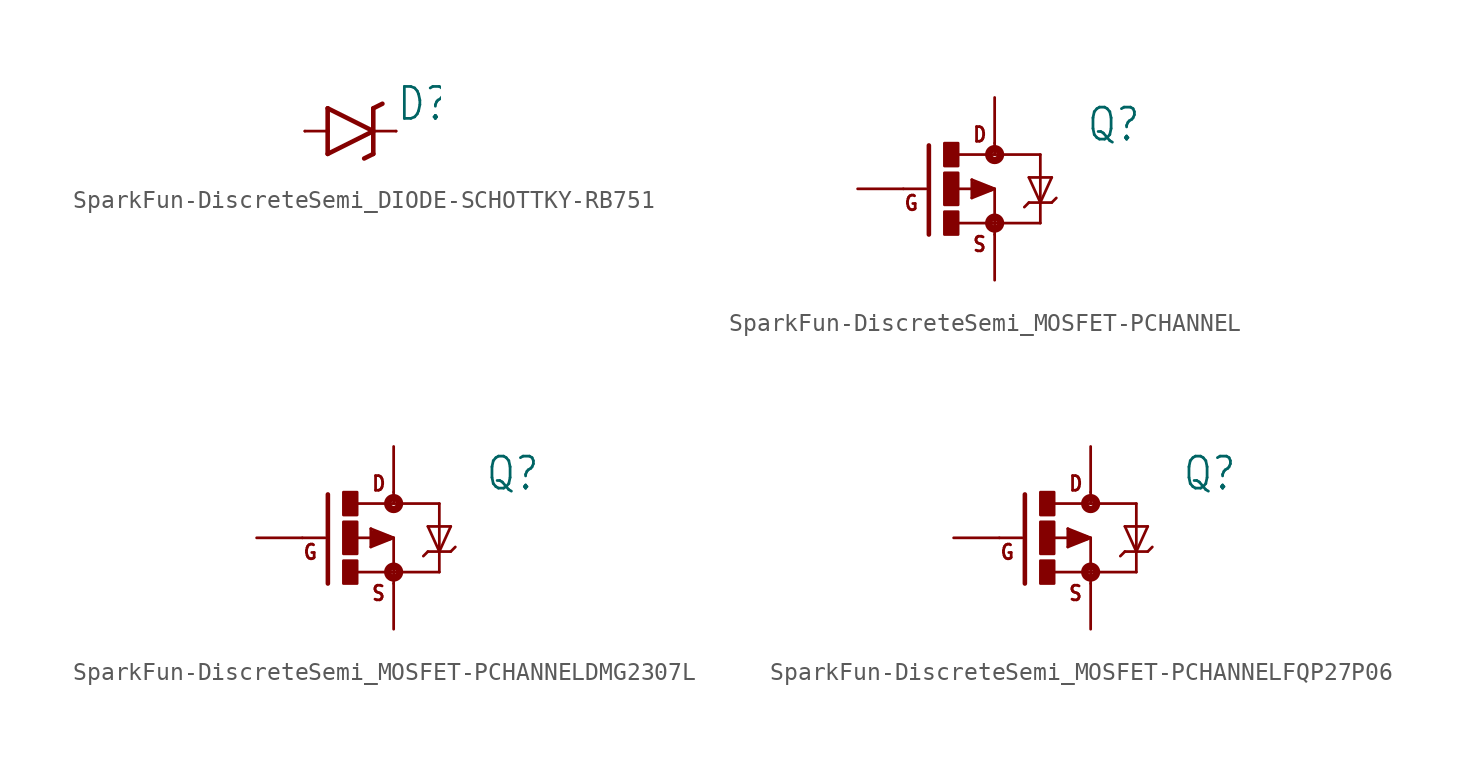
<source format=kicad_sym>
(kicad_symbol_lib
  (version 20241209)
  (generator "kicad_symbol_editor")
  (generator_version "9.0")
  (symbol "SparkFun-DiscreteSemi_DIODE-SCHOTTKY-RB751"
    (property "Reference" "D"
      (at 2.54 0.483 0)
      (effects (font (size 1.778 1.511)) (justify left bottom)))
    (property "Value" ""
      (at 2.54 -2.311 0)
      (effects (font (size 1.778 1.511)) (justify left bottom)))
    (property "ki_locked" ""
      (at 0 0 0)
      (effects (font (size 1.27 1.27))))
    (symbol "SparkFun-DiscreteSemi_DIODE-SCHOTTKY-RB751_1_0"
      (polyline (pts (xy -2.54 0) (xy -1.27 0)) (stroke (width 0.152) (type solid)) (fill (type none)))
      (polyline (pts (xy -1.27 1.27) (xy -1.27 0)) (stroke (width 0.254) (type solid)) (fill (type none)))
      (polyline (pts (xy -1.27 0) (xy -1.27 -1.27)) (stroke (width 0.254) (type solid)) (fill (type none)))
      (polyline (pts (xy -1.27 -1.27) (xy 1.27 0)) (stroke (width 0.254) (type solid)) (fill (type none)))
      (polyline (pts (xy 1.27 1.27) (xy 1.27 0)) (stroke (width 0.254) (type solid)) (fill (type none)))
      (polyline (pts (xy 1.27 1.27) (xy 1.778 1.524)) (stroke (width 0.254) (type solid)) (fill (type none)))
      (polyline (pts (xy 1.27 0) (xy -1.27 1.27)) (stroke (width 0.254) (type solid)) (fill (type none)))
      (polyline (pts (xy 1.27 0) (xy 1.27 -1.27)) (stroke (width 0.254) (type solid)) (fill (type none)))
      (polyline (pts (xy 1.27 -1.27) (xy 0.762 -1.524)) (stroke (width 0.254) (type solid)) (fill (type none)))
      (polyline (pts (xy 2.54 0) (xy 1.27 0)) (stroke (width 0.152) (type solid)) (fill (type none)))
      (pin passive line (at -2.54 0 0) (length 0) (name "A" (effects (font (size 0 0)))) (number "A" (effects (font (size 0 0)))))
      (pin passive line (at 2.54 0 180) (length 0) (name "C" (effects (font (size 0 0)))) (number "C" (effects (font (size 0 0)))))))
  (symbol "SparkFun-DiscreteSemi_MOSFET-PCHANNEL"
    (property "Reference" "Q"
      (at 5.08 2.54 0)
      (effects (font (size 1.778 1.511)) (justify left bottom)))
    (property "Value" ""
      (at 5.08 0 0)
      (effects (font (size 1.778 1.511)) (justify left bottom)))
    (property "ki_locked" ""
      (at 0 0 0)
      (effects (font (size 1.27 1.27))))
    (symbol "SparkFun-DiscreteSemi_MOSFET-PCHANNEL_1_0"
      (polyline (pts (xy -3.81 0) (xy -5.08 0)) (stroke (width 0.152) (type solid)) (fill (type none)))
      (polyline (pts (xy -3.658 2.413) (xy -3.658 -2.54)) (stroke (width 0.254) (type solid)) (fill (type none)))
      (rectangle (start -2.794 1.27) (end -2.032 2.54) (stroke (width 0) (type default)) (fill (type outline)))
      (rectangle (start -2.794 -0.889) (end -2.032 0.889) (stroke (width 0) (type default)) (fill (type outline)))
      (rectangle (start -2.794 -2.54) (end -2.032 -1.27) (stroke (width 0) (type default)) (fill (type outline)))
      (polyline (pts (xy -2.032 -1.905) (xy 0 -1.905)) (stroke (width 0.152) (type solid)) (fill (type none)))
      (polyline (pts (xy -1.27 0.508) (xy -1.27 -0.508)) (stroke (width 0.152) (type solid)) (fill (type none)))
      (polyline (pts (xy -1.27 -0.508) (xy 0 0)) (stroke (width 0.152) (type solid)) (fill (type none)))
      (polyline (pts (xy -1.143 0.254) (xy -1.143 0)) (stroke (width 0.305) (type solid)) (fill (type none)))
      (polyline (pts (xy -1.143 0) (xy -2.032 0)) (stroke (width 0.152) (type solid)) (fill (type none)))
      (polyline (pts (xy -1.143 0) (xy -0.889 0)) (stroke (width 0.305) (type solid)) (fill (type none)))
      (polyline (pts (xy -1.143 -0.254) (xy -0.254 0)) (stroke (width 0.305) (type solid)) (fill (type none)))
      (polyline (pts (xy -0.254 0) (xy -1.143 0.254)) (stroke (width 0.305) (type solid)) (fill (type none)))
      (polyline (pts (xy 0 2.54) (xy 0 1.905)) (stroke (width 0.152) (type solid)) (fill (type none)))
      (circle (center 0 1.905) (radius 0.127) (stroke (width 0.406) (type solid)) (fill (type none)))
      (polyline (pts (xy 0 1.905) (xy -2.007 1.905)) (stroke (width 0.152) (type solid)) (fill (type none)))
      (polyline (pts (xy 0 1.905) (xy 2.54 1.905)) (stroke (width 0.152) (type solid)) (fill (type none)))
      (polyline (pts (xy 0 0) (xy -1.27 0.508)) (stroke (width 0.152) (type solid)) (fill (type none)))
      (polyline (pts (xy 0 0) (xy 0 -1.905)) (stroke (width 0.152) (type solid)) (fill (type none)))
      (polyline (pts (xy 0 -1.905) (xy 0 -2.54)) (stroke (width 0.152) (type solid)) (fill (type none)))
      (circle (center 0 -1.905) (radius 0.127) (stroke (width 0.406) (type solid)) (fill (type none)))
      (polyline (pts (xy 1.905 0.635) (xy 2.54 -0.762)) (stroke (width 0.152) (type solid)) (fill (type none)))
      (polyline (pts (xy 1.905 -0.762) (xy 1.651 -1.016)) (stroke (width 0.152) (type solid)) (fill (type none)))
      (polyline (pts (xy 2.54 -0.762) (xy 1.905 -0.762)) (stroke (width 0.152) (type solid)) (fill (type none)))
      (polyline (pts (xy 2.54 -0.762) (xy 2.54 1.905)) (stroke (width 0.152) (type solid)) (fill (type none)))
      (polyline (pts (xy 2.54 -0.762) (xy 3.175 0.635)) (stroke (width 0.152) (type solid)) (fill (type none)))
      (polyline (pts (xy 2.54 -1.905) (xy 0 -1.905)) (stroke (width 0.152) (type solid)) (fill (type none)))
      (polyline (pts (xy 2.54 -1.905) (xy 2.54 -0.762)) (stroke (width 0.152) (type solid)) (fill (type none)))
      (polyline (pts (xy 3.175 0.635) (xy 1.905 0.635)) (stroke (width 0.152) (type solid)) (fill (type none)))
      (polyline (pts (xy 3.175 -0.762) (xy 2.54 -0.762)) (stroke (width 0.152) (type solid)) (fill (type none)))
      (polyline (pts (xy 3.175 -0.762) (xy 3.429 -0.508)) (stroke (width 0.152) (type solid)) (fill (type none)))
      (text "G" (at -5.08 -1.27 0) (effects (font (size 0.813 0.691)) (justify left bottom)))
      (text "D" (at -1.27 2.54 0) (effects (font (size 0.813 0.691)) (justify left bottom)))
      (text "S" (at -1.27 -3.556 0) (effects (font (size 0.813 0.691)) (justify left bottom)))
      (pin passive line (at -7.62 0 0) (length 2.54) (name "G" (effects (font (size 0 0)))) (number "1" (effects (font (size 0 0)))))
      (pin passive line (at 0 5.08 270) (length 2.54) (name "D" (effects (font (size 0 0)))) (number "3" (effects (font (size 0 0)))))
      (pin passive line (at 0 -5.08 90) (length 2.54) (name "S" (effects (font (size 0 0)))) (number "2" (effects (font (size 0 0)))))))
  (symbol "SparkFun-DiscreteSemi_MOSFET-PCHANNELDMG2307L"
    (property "Reference" "Q"
      (at 5.08 2.54 0)
      (effects (font (size 1.778 1.511)) (justify left bottom)))
    (property "Value" ""
      (at 5.08 0 0)
      (effects (font (size 1.778 1.511)) (justify left bottom)))
    (property "ki_locked" ""
      (at 0 0 0)
      (effects (font (size 1.27 1.27))))
    (symbol "SparkFun-DiscreteSemi_MOSFET-PCHANNELDMG2307L_1_0"
      (polyline (pts (xy -3.81 0) (xy -5.08 0)) (stroke (width 0.152) (type solid)) (fill (type none)))
      (polyline (pts (xy -3.658 2.413) (xy -3.658 -2.54)) (stroke (width 0.254) (type solid)) (fill (type none)))
      (rectangle (start -2.794 1.27) (end -2.032 2.54) (stroke (width 0) (type default)) (fill (type outline)))
      (rectangle (start -2.794 -0.889) (end -2.032 0.889) (stroke (width 0) (type default)) (fill (type outline)))
      (rectangle (start -2.794 -2.54) (end -2.032 -1.27) (stroke (width 0) (type default)) (fill (type outline)))
      (polyline (pts (xy -2.032 -1.905) (xy 0 -1.905)) (stroke (width 0.152) (type solid)) (fill (type none)))
      (polyline (pts (xy -1.27 0.508) (xy -1.27 -0.508)) (stroke (width 0.152) (type solid)) (fill (type none)))
      (polyline (pts (xy -1.27 -0.508) (xy 0 0)) (stroke (width 0.152) (type solid)) (fill (type none)))
      (polyline (pts (xy -1.143 0.254) (xy -1.143 0)) (stroke (width 0.305) (type solid)) (fill (type none)))
      (polyline (pts (xy -1.143 0) (xy -2.032 0)) (stroke (width 0.152) (type solid)) (fill (type none)))
      (polyline (pts (xy -1.143 0) (xy -0.889 0)) (stroke (width 0.305) (type solid)) (fill (type none)))
      (polyline (pts (xy -1.143 -0.254) (xy -0.254 0)) (stroke (width 0.305) (type solid)) (fill (type none)))
      (polyline (pts (xy -0.254 0) (xy -1.143 0.254)) (stroke (width 0.305) (type solid)) (fill (type none)))
      (polyline (pts (xy 0 2.54) (xy 0 1.905)) (stroke (width 0.152) (type solid)) (fill (type none)))
      (circle (center 0 1.905) (radius 0.127) (stroke (width 0.406) (type solid)) (fill (type none)))
      (polyline (pts (xy 0 1.905) (xy -2.007 1.905)) (stroke (width 0.152) (type solid)) (fill (type none)))
      (polyline (pts (xy 0 1.905) (xy 2.54 1.905)) (stroke (width 0.152) (type solid)) (fill (type none)))
      (polyline (pts (xy 0 0) (xy -1.27 0.508)) (stroke (width 0.152) (type solid)) (fill (type none)))
      (polyline (pts (xy 0 0) (xy 0 -1.905)) (stroke (width 0.152) (type solid)) (fill (type none)))
      (polyline (pts (xy 0 -1.905) (xy 0 -2.54)) (stroke (width 0.152) (type solid)) (fill (type none)))
      (circle (center 0 -1.905) (radius 0.127) (stroke (width 0.406) (type solid)) (fill (type none)))
      (polyline (pts (xy 1.905 0.635) (xy 2.54 -0.762)) (stroke (width 0.152) (type solid)) (fill (type none)))
      (polyline (pts (xy 1.905 -0.762) (xy 1.651 -1.016)) (stroke (width 0.152) (type solid)) (fill (type none)))
      (polyline (pts (xy 2.54 -0.762) (xy 1.905 -0.762)) (stroke (width 0.152) (type solid)) (fill (type none)))
      (polyline (pts (xy 2.54 -0.762) (xy 2.54 1.905)) (stroke (width 0.152) (type solid)) (fill (type none)))
      (polyline (pts (xy 2.54 -0.762) (xy 3.175 0.635)) (stroke (width 0.152) (type solid)) (fill (type none)))
      (polyline (pts (xy 2.54 -1.905) (xy 0 -1.905)) (stroke (width 0.152) (type solid)) (fill (type none)))
      (polyline (pts (xy 2.54 -1.905) (xy 2.54 -0.762)) (stroke (width 0.152) (type solid)) (fill (type none)))
      (polyline (pts (xy 3.175 0.635) (xy 1.905 0.635)) (stroke (width 0.152) (type solid)) (fill (type none)))
      (polyline (pts (xy 3.175 -0.762) (xy 2.54 -0.762)) (stroke (width 0.152) (type solid)) (fill (type none)))
      (polyline (pts (xy 3.175 -0.762) (xy 3.429 -0.508)) (stroke (width 0.152) (type solid)) (fill (type none)))
      (text "G" (at -5.08 -1.27 0) (effects (font (size 0.813 0.691)) (justify left bottom)))
      (text "D" (at -1.27 2.54 0) (effects (font (size 0.813 0.691)) (justify left bottom)))
      (text "S" (at -1.27 -3.556 0) (effects (font (size 0.813 0.691)) (justify left bottom)))
      (pin passive line (at -7.62 0 0) (length 2.54) (name "G" (effects (font (size 0 0)))) (number "1" (effects (font (size 0 0)))))
      (pin passive line (at 0 5.08 270) (length 2.54) (name "D" (effects (font (size 0 0)))) (number "3" (effects (font (size 0 0)))))
      (pin passive line (at 0 -5.08 90) (length 2.54) (name "S" (effects (font (size 0 0)))) (number "2" (effects (font (size 0 0)))))))
  (symbol "SparkFun-DiscreteSemi_MOSFET-PCHANNELFQP27P06"
    (property "Reference" "Q"
      (at 5.08 2.54 0)
      (effects (font (size 1.778 1.511)) (justify left bottom)))
    (property "Value" ""
      (at 5.08 0 0)
      (effects (font (size 1.778 1.511)) (justify left bottom)))
    (property "ki_locked" ""
      (at 0 0 0)
      (effects (font (size 1.27 1.27))))
    (symbol "SparkFun-DiscreteSemi_MOSFET-PCHANNELFQP27P06_1_0"
      (polyline (pts (xy -3.81 0) (xy -5.08 0)) (stroke (width 0.152) (type solid)) (fill (type none)))
      (polyline (pts (xy -3.658 2.413) (xy -3.658 -2.54)) (stroke (width 0.254) (type solid)) (fill (type none)))
      (rectangle (start -2.794 1.27) (end -2.032 2.54) (stroke (width 0) (type default)) (fill (type outline)))
      (rectangle (start -2.794 -0.889) (end -2.032 0.889) (stroke (width 0) (type default)) (fill (type outline)))
      (rectangle (start -2.794 -2.54) (end -2.032 -1.27) (stroke (width 0) (type default)) (fill (type outline)))
      (polyline (pts (xy -2.032 -1.905) (xy 0 -1.905)) (stroke (width 0.152) (type solid)) (fill (type none)))
      (polyline (pts (xy -1.27 0.508) (xy -1.27 -0.508)) (stroke (width 0.152) (type solid)) (fill (type none)))
      (polyline (pts (xy -1.27 -0.508) (xy 0 0)) (stroke (width 0.152) (type solid)) (fill (type none)))
      (polyline (pts (xy -1.143 0.254) (xy -1.143 0)) (stroke (width 0.305) (type solid)) (fill (type none)))
      (polyline (pts (xy -1.143 0) (xy -2.032 0)) (stroke (width 0.152) (type solid)) (fill (type none)))
      (polyline (pts (xy -1.143 0) (xy -0.889 0)) (stroke (width 0.305) (type solid)) (fill (type none)))
      (polyline (pts (xy -1.143 -0.254) (xy -0.254 0)) (stroke (width 0.305) (type solid)) (fill (type none)))
      (polyline (pts (xy -0.254 0) (xy -1.143 0.254)) (stroke (width 0.305) (type solid)) (fill (type none)))
      (polyline (pts (xy 0 2.54) (xy 0 1.905)) (stroke (width 0.152) (type solid)) (fill (type none)))
      (circle (center 0 1.905) (radius 0.127) (stroke (width 0.406) (type solid)) (fill (type none)))
      (polyline (pts (xy 0 1.905) (xy -2.007 1.905)) (stroke (width 0.152) (type solid)) (fill (type none)))
      (polyline (pts (xy 0 1.905) (xy 2.54 1.905)) (stroke (width 0.152) (type solid)) (fill (type none)))
      (polyline (pts (xy 0 0) (xy -1.27 0.508)) (stroke (width 0.152) (type solid)) (fill (type none)))
      (polyline (pts (xy 0 0) (xy 0 -1.905)) (stroke (width 0.152) (type solid)) (fill (type none)))
      (polyline (pts (xy 0 -1.905) (xy 0 -2.54)) (stroke (width 0.152) (type solid)) (fill (type none)))
      (circle (center 0 -1.905) (radius 0.127) (stroke (width 0.406) (type solid)) (fill (type none)))
      (polyline (pts (xy 1.905 0.635) (xy 2.54 -0.762)) (stroke (width 0.152) (type solid)) (fill (type none)))
      (polyline (pts (xy 1.905 -0.762) (xy 1.651 -1.016)) (stroke (width 0.152) (type solid)) (fill (type none)))
      (polyline (pts (xy 2.54 -0.762) (xy 1.905 -0.762)) (stroke (width 0.152) (type solid)) (fill (type none)))
      (polyline (pts (xy 2.54 -0.762) (xy 2.54 1.905)) (stroke (width 0.152) (type solid)) (fill (type none)))
      (polyline (pts (xy 2.54 -0.762) (xy 3.175 0.635)) (stroke (width 0.152) (type solid)) (fill (type none)))
      (polyline (pts (xy 2.54 -1.905) (xy 0 -1.905)) (stroke (width 0.152) (type solid)) (fill (type none)))
      (polyline (pts (xy 2.54 -1.905) (xy 2.54 -0.762)) (stroke (width 0.152) (type solid)) (fill (type none)))
      (polyline (pts (xy 3.175 0.635) (xy 1.905 0.635)) (stroke (width 0.152) (type solid)) (fill (type none)))
      (polyline (pts (xy 3.175 -0.762) (xy 2.54 -0.762)) (stroke (width 0.152) (type solid)) (fill (type none)))
      (polyline (pts (xy 3.175 -0.762) (xy 3.429 -0.508)) (stroke (width 0.152) (type solid)) (fill (type none)))
      (text "G" (at -5.08 -1.27 0) (effects (font (size 0.813 0.691)) (justify left bottom)))
      (text "D" (at -1.27 2.54 0) (effects (font (size 0.813 0.691)) (justify left bottom)))
      (text "S" (at -1.27 -3.556 0) (effects (font (size 0.813 0.691)) (justify left bottom)))
      (pin passive line (at -7.62 0 0) (length 2.54) (name "G" (effects (font (size 0 0)))) (number "1" (effects (font (size 0 0)))))
      (pin passive line (at 0 5.08 270) (length 2.54) (name "D" (effects (font (size 0 0)))) (number "2" (effects (font (size 0 0)))))
      (pin passive line (at 0 -5.08 90) (length 2.54) (name "S" (effects (font (size 0 0)))) (number "3" (effects (font (size 0 0))))))))
</source>
